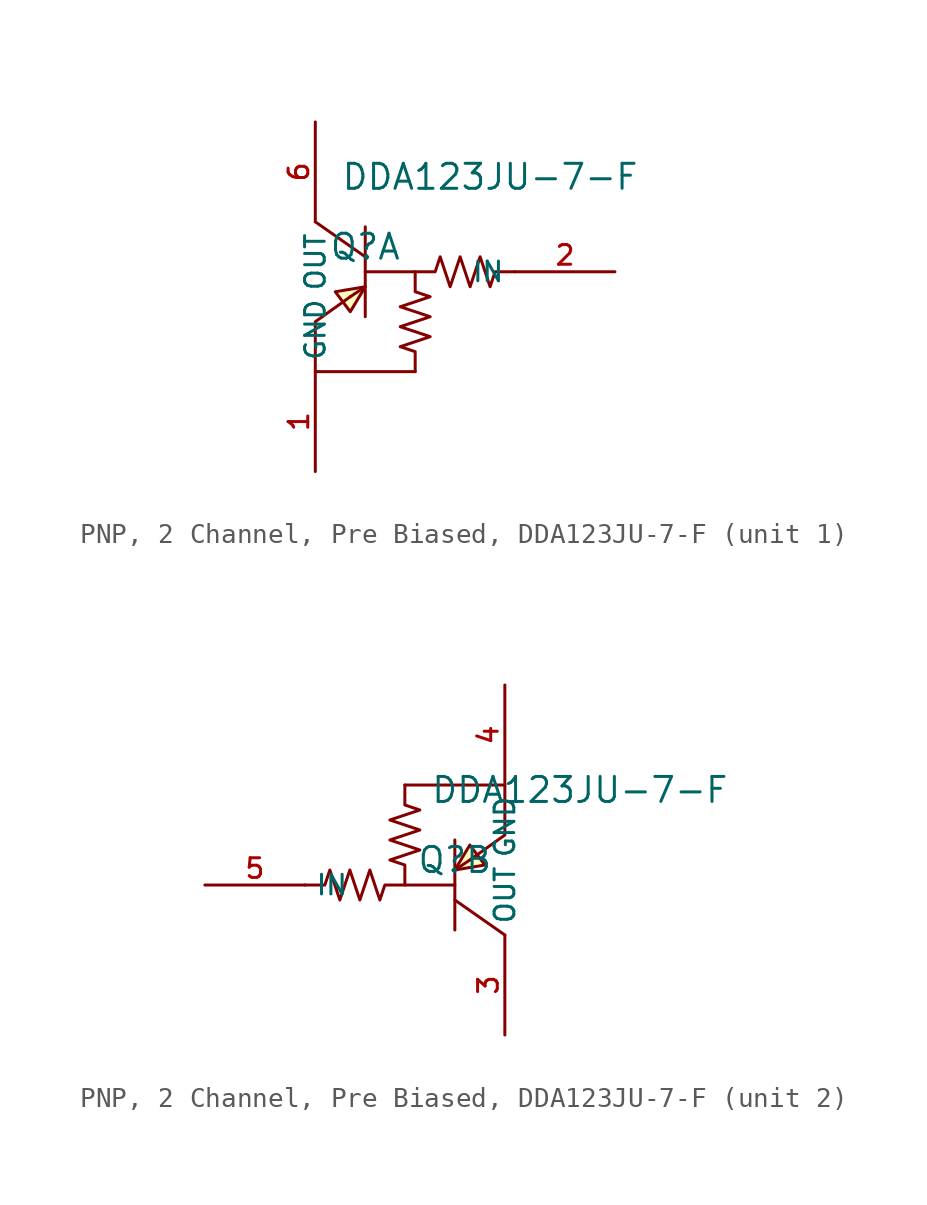
<source format=kicad_sym>
(kicad_symbol_lib
  (version 20231120)
  (generator "CDFER_Archive_Tool")
  (generator_version "0.0")
  (symbol "PNP, 2 Channel, Pre Biased, DDA123JU-7-F"
    (property "Reference" "Q"
      (at 0 1.27 0)
      (effects (font (size 1.27 1.27))))
    (property "Value" "DDA123JU-7-F"
      (at 6.35 4.826 0)
      (effects (font (size 1.27 1.27))))
    (symbol "PNP, 2 Channel, Pre Biased, DDA123JU-7-F_1_1"
      (polyline (pts (xy -0.762 -1.27) (xy 0 -0.762)) (stroke (width 0) (type default)) (fill (type none)))
      (polyline (pts (xy 0 -2.286) (xy 0 2.286)) (stroke (width 0) (type default)) (fill (type none)))
      (polyline (pts (xy 0 0.762) (xy -2.54 2.54)) (stroke (width 0) (type default)) (fill (type none)))
      (polyline (pts (xy -0.762 -1.27) (xy -2.54 -2.54) (xy -2.54 -5.08) (xy 2.54 -5.08)) (stroke (width 0) (type default)) (fill (type none)))
      (polyline (pts (xy 0 -0.762) (xy -1.524 -1.016) (xy -0.762 -2.032) (xy 0 -0.762)) (stroke (width 0) (type default)) (fill (type background)))
      (polyline (pts (xy 2.54 -5.08) (xy 2.54 -4.064) (xy 1.778 -3.81) (xy 3.302 -3.302) (xy 1.778 -2.794) (xy 3.302 -2.286) (xy 1.778 -1.778) (xy 3.302 -1.27) (xy 2.54 -1.016) (xy 2.54 0)) (stroke (width 0) (type default)) (fill (type none)))
      (polyline (pts (xy 7.62 0) (xy 6.604 0) (xy 6.35 -0.762) (xy 5.842 0.762) (xy 5.334 -0.762) (xy 4.826 0.762) (xy 4.318 -0.762) (xy 3.81 0.762) (xy 3.556 0) (xy 2.54 0) (xy 0 0)) (stroke (width 0) (type default)) (fill (type none)))
      (pin unspecified line (at -2.54 -10.16 90) (length 5.08) (name "GND" (effects (font (size 1 1)))) (number "1" (effects (font (size 1 1)))))
      (pin unspecified line (at 12.7 0 180) (length 5.08) (name "IN" (effects (font (size 1 1)))) (number "2" (effects (font (size 1 1)))))
      (pin unspecified line (at -2.54 7.62 270) (length 5.08) (name "OUT" (effects (font (size 1 1)))) (number "6" (effects (font (size 1 1))))))
    (symbol "PNP, 2 Channel, Pre Biased, DDA123JU-7-F_2_1"
      (polyline (pts (xy 0 -0.762) (xy 2.54 -2.54)) (stroke (width 0) (type default)) (fill (type none)))
      (polyline (pts (xy 0 2.286) (xy 0 -2.286)) (stroke (width 0) (type default)) (fill (type none)))
      (polyline (pts (xy 0.762 1.27) (xy 0 0.762)) (stroke (width 0) (type default)) (fill (type none)))
      (polyline (pts (xy 0 0.762) (xy 1.524 1.016) (xy 0.762 2.032) (xy 0 0.762)) (stroke (width 0) (type default)) (fill (type background)))
      (polyline (pts (xy 0.762 1.27) (xy 2.54 2.54) (xy 2.54 5.08) (xy -2.54 5.08)) (stroke (width 0) (type default)) (fill (type none)))
      (polyline (pts (xy -2.54 5.08) (xy -2.54 4.064) (xy -1.778 3.81) (xy -3.302 3.302) (xy -1.778 2.794) (xy -3.302 2.286) (xy -1.778 1.778) (xy -3.302 1.27) (xy -2.54 1.016) (xy -2.54 0)) (stroke (width 0) (type default)) (fill (type none)))
      (polyline (pts (xy -7.62 0) (xy -6.604 0) (xy -6.35 0.762) (xy -5.842 -0.762) (xy -5.334 0.762) (xy -4.826 -0.762) (xy -4.318 0.762) (xy -3.81 -0.762) (xy -3.556 0) (xy -2.54 0) (xy 0 0)) (stroke (width 0) (type default)) (fill (type none)))
      (pin unspecified line (at 2.54 -7.62 90) (length 5.08) (name "OUT" (effects (font (size 1 1)))) (number "3" (effects (font (size 1 1)))))
      (pin unspecified line (at 2.54 10.16 270) (length 5.08) (name "GND" (effects (font (size 1 1)))) (number "4" (effects (font (size 1 1)))))
      (pin unspecified line (at -12.7 0 0) (length 5.08) (name "IN" (effects (font (size 1 1)))) (number "5" (effects (font (size 1 1))))))))
</source>
